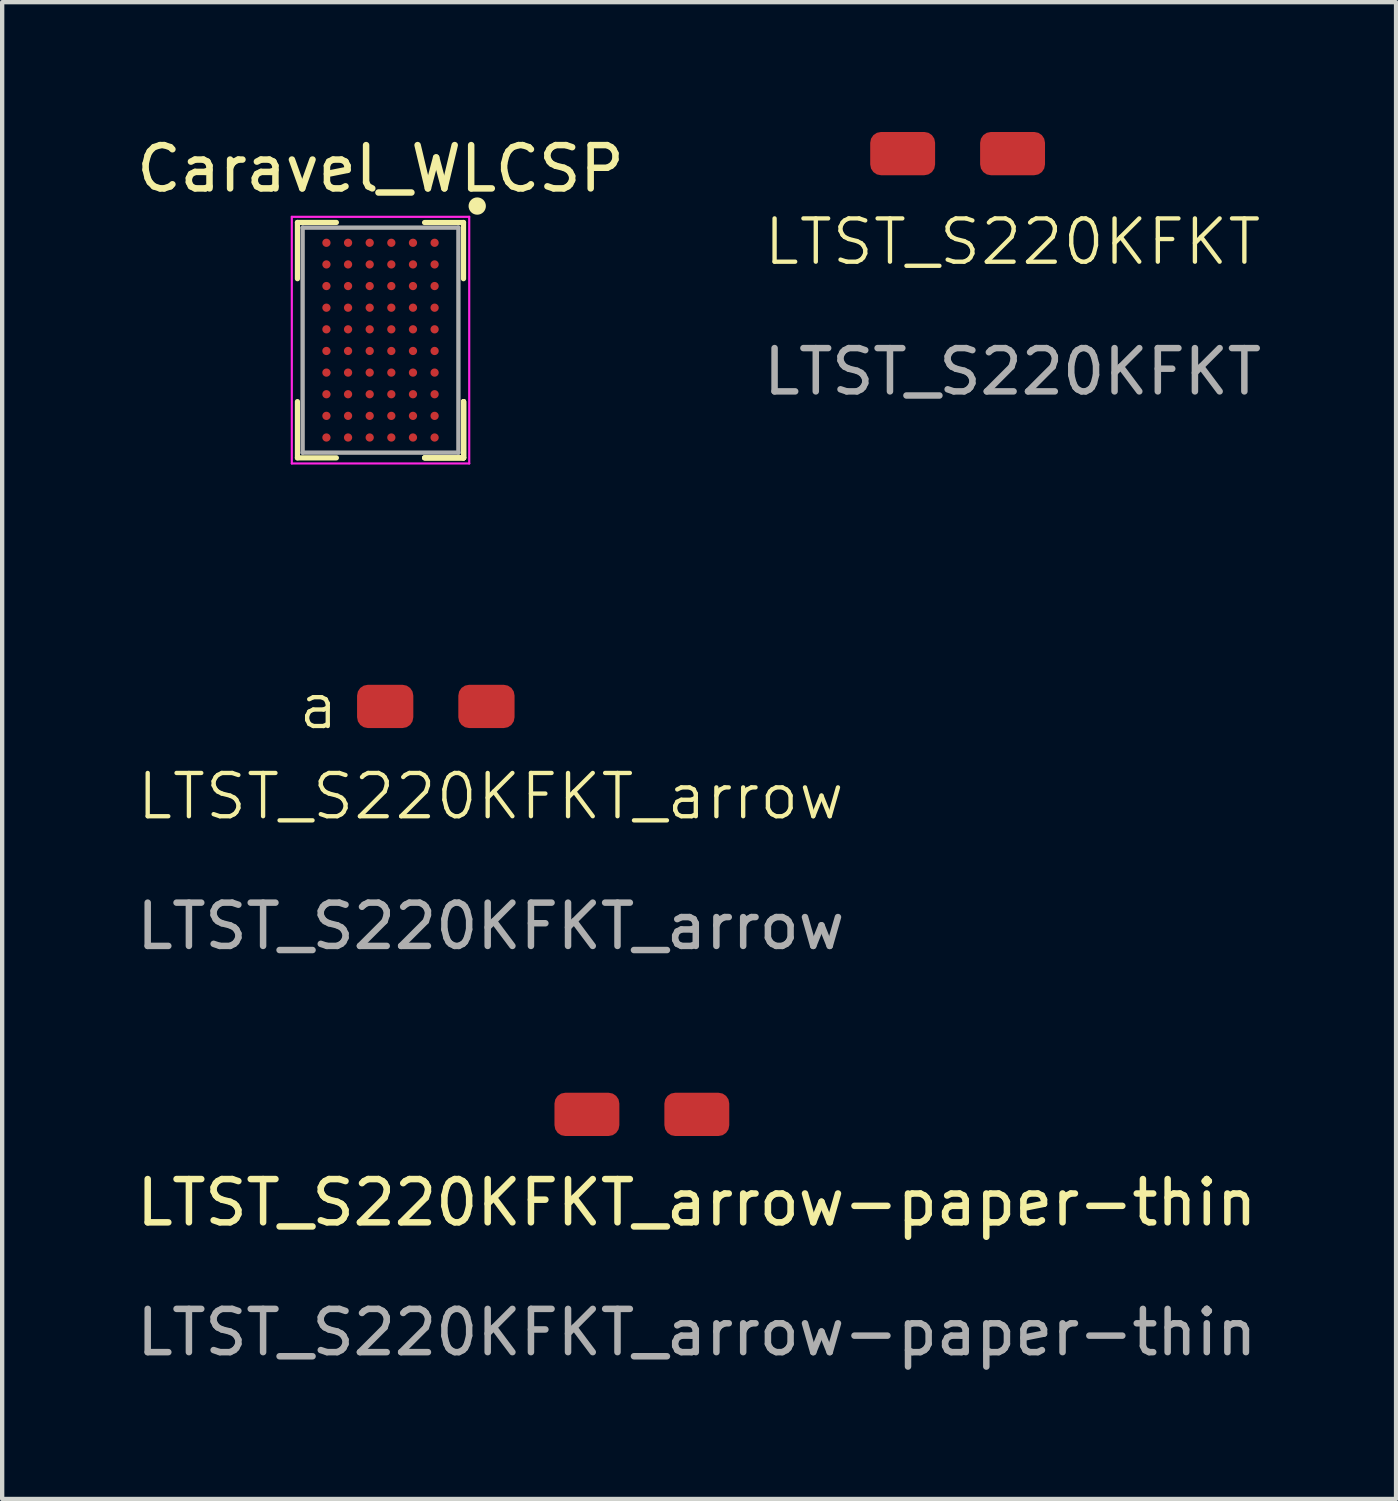
<source format=kicad_pcb>
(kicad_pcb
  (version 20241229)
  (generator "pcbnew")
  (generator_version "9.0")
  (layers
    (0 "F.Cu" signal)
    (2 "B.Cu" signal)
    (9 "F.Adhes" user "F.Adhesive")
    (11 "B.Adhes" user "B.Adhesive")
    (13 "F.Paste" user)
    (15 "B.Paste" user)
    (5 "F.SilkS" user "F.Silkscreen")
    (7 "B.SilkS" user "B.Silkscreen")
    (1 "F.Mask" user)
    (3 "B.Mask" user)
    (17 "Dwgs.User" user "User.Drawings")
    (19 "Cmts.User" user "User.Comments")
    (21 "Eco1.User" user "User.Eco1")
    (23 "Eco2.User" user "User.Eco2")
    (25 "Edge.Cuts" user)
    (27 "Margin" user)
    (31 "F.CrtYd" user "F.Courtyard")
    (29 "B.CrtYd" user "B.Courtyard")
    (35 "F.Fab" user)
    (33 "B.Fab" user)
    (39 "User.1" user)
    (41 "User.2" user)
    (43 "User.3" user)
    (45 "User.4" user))
  (footprint "Caravel_WLCSP"
    (layer "F.Cu")
    (at 5.744 4.811)
    (property "Reference" "Caravel_WLCSP" (at 0 -3.962 0) (layer "F.SilkS") (effects (font (size 1 1) (thickness 0.15))))
    (attr smd)
    (fp_line (start -1.92 -2.72) (end -1.02 -2.72) (stroke (width 0.12) (type solid)) (layer "F.SilkS"))
    (fp_line (start -1.92 -1.42) (end -1.92 -2.72) (stroke (width 0.12) (type solid)) (layer "F.SilkS"))
    (fp_line (start -1.92 1.42) (end -1.92 2.72) (stroke (width 0.12) (type solid)) (layer "F.SilkS"))
    (fp_line (start -1.92 2.72) (end -1.02 2.72) (stroke (width 0.12) (type solid)) (layer "F.SilkS"))
    (fp_line (start 1.018 -2.718) (end 1.918 -2.718) (stroke (width 0.12) (type solid)) (layer "F.SilkS"))
    (fp_line (start 1.918 -1.42) (end 1.918 -2.72) (stroke (width 0.12) (type solid)) (layer "F.SilkS"))
    (fp_line (start 1.92 1.42) (end 1.92 2.72) (stroke (width 0.12) (type solid)) (layer "F.SilkS"))
    (fp_line (start 1.92 1.42) (end 1.92 2.72) (stroke (width 0.12) (type solid)) (layer "F.SilkS"))
    (fp_line (start 1.92 1.42) (end 1.92 2.72) (stroke (width 0.12) (type solid)) (layer "F.SilkS"))
    (fp_line (start 1.92 2.72) (end 1.02 2.72) (stroke (width 0.12) (type solid)) (layer "F.SilkS"))
    (fp_line (start 1.92 2.72) (end 1.02 2.72) (stroke (width 0.12) (type solid)) (layer "F.SilkS"))
    (fp_line (start 1.92 2.72) (end 1.02 2.72) (stroke (width 0.12) (type solid)) (layer "F.SilkS"))
    (fp_circle (center 2.235 -3.099) (end 2.135 -3.099) (stroke (width 0.2) (type solid)) (fill no) (layer "F.SilkS"))
    (fp_line (start -2.05 -2.85) (end 2.05 -2.85) (stroke (width 0.05) (type solid)) (layer "F.CrtYd"))
    (fp_line (start -2.05 2.85) (end -2.05 -2.85) (stroke (width 0.05) (type solid)) (layer "F.CrtYd"))
    (fp_line (start 2.05 -2.85) (end 2.05 2.85) (stroke (width 0.05) (type solid)) (layer "F.CrtYd"))
    (fp_line (start 2.05 2.85) (end -2.05 2.85) (stroke (width 0.05) (type solid)) (layer "F.CrtYd"))
    (fp_line (start -1.8 -2.6) (end -1.8 2.6) (stroke (width 0.1) (type solid)) (layer "F.Fab"))
    (fp_line (start -1.8 2.6) (end 1.8 2.6) (stroke (width 0.1) (type solid)) (layer "F.Fab"))
    (fp_line (start 1.791 -2.6) (end -1.8 -2.6) (stroke (width 0.1) (type solid)) (layer "F.Fab"))
    (fp_line (start 1.8 2.6) (end 1.8 -2.603) (stroke (width 0.1) (type solid)) (layer "F.Fab"))
    (pad "A1" smd circle (at 1.25 -2.25 90) (size 0.19 0.19) (layers "F.Cu" "F.Mask" "F.Paste"))
    (pad "A2" smd circle (at 1.25 -1.75 270) (size 0.19 0.19) (layers "F.Cu" "F.Mask" "F.Paste"))
    (pad "A3" smd circle (at 1.25 -1.25 270) (size 0.19 0.19) (layers "F.Cu" "F.Mask" "F.Paste"))
    (pad "A4" smd circle (at 1.25 -0.75 270) (size 0.19 0.19) (layers "F.Cu" "F.Mask" "F.Paste"))
    (pad "A5" smd circle (at 1.25 -0.25 270) (size 0.19 0.19) (layers "F.Cu" "F.Mask" "F.Paste"))
    (pad "A6" smd circle (at 1.25 0.25 270) (size 0.19 0.19) (layers "F.Cu" "F.Mask" "F.Paste"))
    (pad "A7" smd circle (at 1.25 0.75 270) (size 0.19 0.19) (layers "F.Cu" "F.Mask" "F.Paste"))
    (pad "A8" smd circle (at 1.25 1.25 270) (size 0.19 0.19) (layers "F.Cu" "F.Mask" "F.Paste"))
    (pad "A9" smd circle (at 1.25 1.75 270) (size 0.19 0.19) (layers "F.Cu" "F.Mask" "F.Paste"))
    (pad "A10" smd circle (at 1.25 2.25 270) (size 0.19 0.19) (layers "F.Cu" "F.Mask" "F.Paste"))
    (pad "B1" smd circle (at 0.75 -2.25 270) (size 0.19 0.19) (layers "F.Cu" "F.Mask" "F.Paste"))
    (pad "B2" smd circle (at 0.75 -1.75 270) (size 0.19 0.19) (layers "F.Cu" "F.Mask" "F.Paste"))
    (pad "B3" smd circle (at 0.75 -1.25 270) (size 0.19 0.19) (layers "F.Cu" "F.Mask" "F.Paste"))
    (pad "B4" smd circle (at 0.75 -0.75 270) (size 0.19 0.19) (layers "F.Cu" "F.Mask" "F.Paste"))
    (pad "B5" smd circle (at 0.75 -0.25 270) (size 0.19 0.19) (layers "F.Cu" "F.Mask" "F.Paste"))
    (pad "B6" smd circle (at 0.75 0.25 270) (size 0.19 0.19) (layers "F.Cu" "F.Mask" "F.Paste"))
    (pad "B7" smd circle (at 0.75 0.75 270) (size 0.19 0.19) (layers "F.Cu" "F.Mask" "F.Paste"))
    (pad "B8" smd circle (at 0.75 1.25 270) (size 0.19 0.19) (layers "F.Cu" "F.Mask" "F.Paste"))
    (pad "B9" smd circle (at 0.75 1.75 270) (size 0.19 0.19) (layers "F.Cu" "F.Mask" "F.Paste"))
    (pad "B10" smd circle (at 0.75 2.25 270) (size 0.19 0.19) (layers "F.Cu" "F.Mask" "F.Paste"))
    (pad "C1" smd circle (at 0.25 -2.25 270) (size 0.19 0.19) (layers "F.Cu" "F.Mask" "F.Paste"))
    (pad "C2" smd circle (at 0.25 -1.75 270) (size 0.19 0.19) (layers "F.Cu" "F.Mask" "F.Paste"))
    (pad "C3" smd circle (at 0.25 -1.25 270) (size 0.19 0.19) (layers "F.Cu" "F.Mask" "F.Paste"))
    (pad "C4" smd circle (at 0.25 -0.75 270) (size 0.19 0.19) (layers "F.Cu" "F.Mask" "F.Paste"))
    (pad "C5" smd circle (at 0.25 -0.25 270) (size 0.19 0.19) (layers "F.Cu" "F.Mask" "F.Paste"))
    (pad "C6" smd circle (at 0.25 0.25 270) (size 0.19 0.19) (layers "F.Cu" "F.Mask" "F.Paste"))
    (pad "C7" smd circle (at 0.25 0.75 270) (size 0.19 0.19) (layers "F.Cu" "F.Mask" "F.Paste"))
    (pad "C8" smd circle (at 0.25 1.25 270) (size 0.19 0.19) (layers "F.Cu" "F.Mask" "F.Paste"))
    (pad "C9" smd circle (at 0.25 1.75 270) (size 0.19 0.19) (layers "F.Cu" "F.Mask" "F.Paste"))
    (pad "C10" smd circle (at 0.25 2.25 270) (size 0.19 0.19) (layers "F.Cu" "F.Mask" "F.Paste"))
    (pad "D1" smd circle (at -0.25 -2.25 270) (size 0.19 0.19) (layers "F.Cu" "F.Mask" "F.Paste"))
    (pad "D2" smd circle (at -0.25 -1.75 270) (size 0.19 0.19) (layers "F.Cu" "F.Mask" "F.Paste"))
    (pad "D3" smd circle (at -0.25 -1.25 270) (size 0.19 0.19) (layers "F.Cu" "F.Mask" "F.Paste"))
    (pad "D4" smd circle (at -0.25 -0.75 270) (size 0.19 0.19) (layers "F.Cu" "F.Mask" "F.Paste"))
    (pad "D5" smd circle (at -0.25 -0.25 270) (size 0.19 0.19) (layers "F.Cu" "F.Mask" "F.Paste"))
    (pad "D6" smd circle (at -0.25 0.25 270) (size 0.19 0.19) (layers "F.Cu" "F.Mask" "F.Paste"))
    (pad "D7" smd circle (at -0.25 0.75 270) (size 0.19 0.19) (layers "F.Cu" "F.Mask" "F.Paste"))
    (pad "D8" smd circle (at -0.25 1.25 270) (size 0.19 0.19) (layers "F.Cu" "F.Mask" "F.Paste"))
    (pad "D9" smd circle (at -0.25 1.75 270) (size 0.19 0.19) (layers "F.Cu" "F.Mask" "F.Paste"))
    (pad "D10" smd circle (at -0.25 2.25 270) (size 0.19 0.19) (layers "F.Cu" "F.Mask" "F.Paste"))
    (pad "E1" smd circle (at -0.75 -2.25 270) (size 0.19 0.19) (layers "F.Cu" "F.Mask" "F.Paste"))
    (pad "E2" smd circle (at -0.75 -1.75 270) (size 0.19 0.19) (layers "F.Cu" "F.Mask" "F.Paste"))
    (pad "E3" smd circle (at -0.75 -1.25 270) (size 0.19 0.19) (layers "F.Cu" "F.Mask" "F.Paste"))
    (pad "E4" smd circle (at -0.75 -0.75 270) (size 0.19 0.19) (layers "F.Cu" "F.Mask" "F.Paste"))
    (pad "E5" smd circle (at -0.75 -0.25 270) (size 0.19 0.19) (layers "F.Cu" "F.Mask" "F.Paste"))
    (pad "E6" smd circle (at -0.75 0.25 270) (size 0.19 0.19) (layers "F.Cu" "F.Mask" "F.Paste"))
    (pad "E7" smd circle (at -0.75 0.75 270) (size 0.19 0.19) (layers "F.Cu" "F.Mask" "F.Paste"))
    (pad "E8" smd circle (at -0.75 1.25 270) (size 0.19 0.19) (layers "F.Cu" "F.Mask" "F.Paste"))
    (pad "E9" smd circle (at -0.75 1.75 270) (size 0.19 0.19) (layers "F.Cu" "F.Mask" "F.Paste"))
    (pad "E10" smd circle (at -0.75 2.25 270) (size 0.19 0.19) (layers "F.Cu" "F.Mask" "F.Paste"))
    (pad "F1" smd circle (at -1.25 -2.25 270) (size 0.19 0.19) (layers "F.Cu" "F.Mask" "F.Paste"))
    (pad "F2" smd circle (at -1.25 -1.75 270) (size 0.19 0.19) (layers "F.Cu" "F.Mask" "F.Paste"))
    (pad "F3" smd circle (at -1.25 -1.25 270) (size 0.19 0.19) (layers "F.Cu" "F.Mask" "F.Paste"))
    (pad "F4" smd circle (at -1.25 -0.75 270) (size 0.19 0.19) (layers "F.Cu" "F.Mask" "F.Paste"))
    (pad "F5" smd circle (at -1.25 -0.25 270) (size 0.19 0.19) (layers "F.Cu" "F.Mask" "F.Paste"))
    (pad "F6" smd circle (at -1.25 0.25 270) (size 0.19 0.19) (layers "F.Cu" "F.Mask" "F.Paste"))
    (pad "F7" smd circle (at -1.25 0.75 270) (size 0.19 0.19) (layers "F.Cu" "F.Mask" "F.Paste"))
    (pad "F8" smd circle (at -1.25 1.25 270) (size 0.19 0.19) (layers "F.Cu" "F.Mask" "F.Paste"))
    (pad "F9" smd circle (at -1.25 1.75 270) (size 0.19 0.19) (layers "F.Cu" "F.Mask" "F.Paste"))
    (pad "F10" smd circle (at -1.25 2.25 270) (size 0.19 0.19) (layers "F.Cu" "F.Mask" "F.Paste")))
  (footprint "LTST_S220KFKT_arrow"
    (layer "F.Cu")
    (at 7.022 13.276)
    (property "Reference" "LTST_S220KFKT_arrow" (at 1.27 2.08 0) (unlocked yes) (layer "F.SilkS") (effects (font (size 1 1) (thickness 0.1))))
    (attr smd)
    (fp_line (start -1.05 -2.54) (end -1.05 -1.27) (stroke (width 0.1) (type default)) (layer "User.1"))
    (fp_line (start 1.05 -2.54) (end 1.05 -1.27) (stroke (width 0.1) (type default)) (layer "User.1"))
    (fp_poly (pts (xy 0.218 1.161) (xy -0.695 1.161) (xy -0.694 2.52) (xy -1.885 2.491) (xy -0.307 4.723) (xy 1.27 2.58) (xy 0.228 2.52)) (stroke (width 0.1) (type solid)) (fill no) (layer "User.1"))
    (fp_text user "a" (at -3.23 0.58 0) (unlocked yes) (layer "F.SilkS") (effects (font (size 1 1) (thickness 0.1)) (justify left bottom)))
    (fp_text user "${REFERENCE}" (at 1.27 5.08 0) (unlocked yes) (layer "F.Fab") (effects (font (size 1 1) (thickness 0.15))))
    (pad "1" smd roundrect (at -1.17 0) (size 1.3 1) (layers "F.Cu" "F.Mask" "F.Paste") (roundrect_rratio 0.25))
    (pad "2" smd roundrect (at 1.17 0) (size 1.3 1) (layers "F.Cu" "F.Mask" "F.Paste") (roundrect_rratio 0.25)))
  (footprint "LTST_S220KFKT_arrow-paper-thin"
    (layer "F.Cu")
    (at 13.054 25.244)
    (property "Reference" "LTST_S220KFKT_arrow-paper-thin" (at 0 -0.5 0) (unlocked yes) (layer "F.SilkS") (effects (font (size 1 1) (thickness 0.15))))
    (attr smd)
    (fp_poly (pts (xy -1.052 -1.419) (xy -1.965 -1.419) (xy -1.964 -0.06) (xy -3.155 -0.089) (xy -1.577 2.143) (xy 0 0) (xy -1.042 -0.06)) (stroke (width 0.1) (type solid)) (fill no) (layer "User.1"))
    (fp_text user "${REFERENCE}" (at 0 2.5 0) (unlocked yes) (layer "F.Fab") (effects (font (size 1 1) (thickness 0.15))))
    (pad "1" smd roundrect (at -2.54 -2.54) (size 1.5 1) (layers "F.Cu" "F.Mask" "F.Paste") (roundrect_rratio 0.25))
    (pad "2" smd roundrect (at 0 -2.54) (size 1.5 1) (layers "F.Cu" "F.Mask" "F.Paste") (roundrect_rratio 0.25)))
  (footprint "LTST_S220KFKT"
    (layer "F.Cu")
    (at 20.351 3.04)
    (property "Reference" "LTST_S220KFKT" (at 0 -0.5 0) (unlocked yes) (layer "F.SilkS") (effects (font (size 1 1) (thickness 0.1))))
    (attr smd)
    (fp_text user "${REFERENCE}" (at 0 2.5 0) (unlocked yes) (layer "F.Fab") (effects (font (size 1 1) (thickness 0.15))))
    (pad "1" smd roundrect (at -2.54 -2.54) (size 1.5 1) (layers "F.Cu" "F.Mask" "F.Paste") (roundrect_rratio 0.25))
    (pad "2" smd roundrect (at 0 -2.54) (size 1.5 1) (layers "F.Cu" "F.Mask" "F.Paste") (roundrect_rratio 0.25)))
  (gr_rect
    (start -3 -3)
    (end 29.214 31.592)
    (stroke (width 0.1) (type default))
    (fill no)
    (layer "Edge.Cuts")))
</source>
